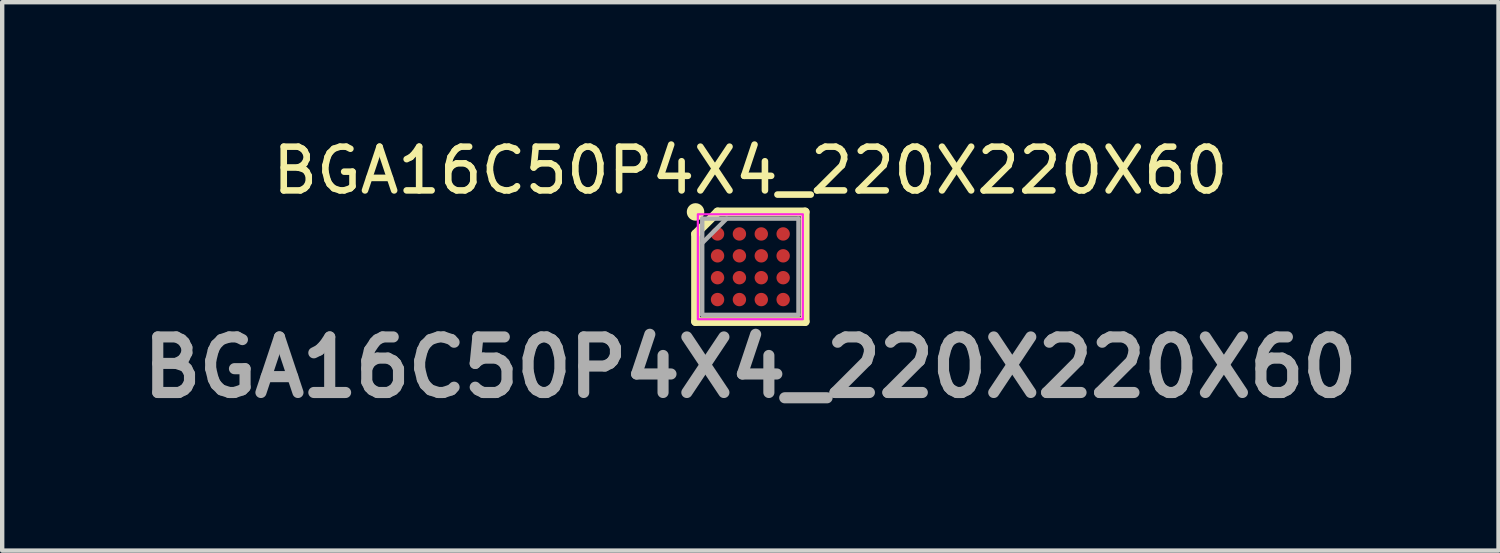
<source format=kicad_pcb>
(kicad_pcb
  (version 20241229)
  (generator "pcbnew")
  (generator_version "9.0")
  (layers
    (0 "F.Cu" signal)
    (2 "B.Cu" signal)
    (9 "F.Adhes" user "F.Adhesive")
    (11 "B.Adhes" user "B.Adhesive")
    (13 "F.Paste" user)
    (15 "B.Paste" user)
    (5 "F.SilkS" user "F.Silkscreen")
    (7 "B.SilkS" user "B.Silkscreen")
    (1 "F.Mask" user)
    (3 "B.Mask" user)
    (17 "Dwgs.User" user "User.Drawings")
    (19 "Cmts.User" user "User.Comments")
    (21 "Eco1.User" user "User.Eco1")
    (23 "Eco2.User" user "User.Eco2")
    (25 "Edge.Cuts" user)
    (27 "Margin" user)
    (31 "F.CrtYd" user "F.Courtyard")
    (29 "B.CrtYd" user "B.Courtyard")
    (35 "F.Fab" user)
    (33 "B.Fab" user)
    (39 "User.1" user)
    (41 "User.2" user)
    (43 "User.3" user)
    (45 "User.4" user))
  (footprint "BGA16C50P4X4_220X220X60"
    (layer "F.Cu")
    (at 14.103 3.048)
    (property "Reference" "BGA16C50P4X4_220X220X60" (at 0 -2.2 0) (layer "F.SilkS") (effects (font (size 1 1) (thickness 0.15))))
    (attr smd)
    (fp_line (start -1.253 -0.75) (end -0.75 -1.253) (stroke (width 0.2) (type solid)) (layer "F.SilkS"))
    (fp_line (start -1.253 1.253) (end -1.253 -0.75) (stroke (width 0.2) (type solid)) (layer "F.SilkS"))
    (fp_line (start -0.75 -1.253) (end 1.253 -1.253) (stroke (width 0.2) (type solid)) (layer "F.SilkS"))
    (fp_line (start 1.253 -1.253) (end 1.253 1.253) (stroke (width 0.2) (type solid)) (layer "F.SilkS"))
    (fp_line (start 1.253 1.253) (end -1.253 1.253) (stroke (width 0.2) (type solid)) (layer "F.SilkS"))
    (fp_circle (center -1.253 -1.253) (end -1.253 -1.153) (stroke (width 0.2) (type solid)) (fill no) (layer "F.SilkS"))
    (fp_rect (start -1.2 -1.2) (end 1.2 1.2) (stroke (width 0.05) (type default)) (fill no) (layer "F.CrtYd"))
    (fp_line (start -1.1 -1.1) (end 1.1 -1.1) (stroke (width 0.1) (type solid)) (layer "F.Fab"))
    (fp_line (start -1.1 -0.542) (end -0.542 -1.1) (stroke (width 0.1) (type solid)) (layer "F.Fab"))
    (fp_line (start -1.1 1.1) (end -1.1 -1.1) (stroke (width 0.1) (type solid)) (layer "F.Fab"))
    (fp_line (start 1.1 -1.1) (end 1.1 1.1) (stroke (width 0.1) (type solid)) (layer "F.Fab"))
    (fp_line (start 1.1 1.1) (end -1.1 1.1) (stroke (width 0.1) (type solid)) (layer "F.Fab"))
    (fp_text user "${REFERENCE}" (at 0 2.3 0) (layer "F.Fab") (effects (font (size 1.27 1.27) (thickness 0.254))))
    (pad "A1" smd circle (at -0.75 -0.75 90) (size 0.306 0.306) (layers "F.Cu" "F.Mask" "F.Paste"))
    (pad "A2" smd circle (at -0.25 -0.75 90) (size 0.306 0.306) (layers "F.Cu" "F.Mask" "F.Paste"))
    (pad "A3" smd circle (at 0.25 -0.75 90) (size 0.306 0.306) (layers "F.Cu" "F.Mask" "F.Paste"))
    (pad "A4" smd circle (at 0.75 -0.75 90) (size 0.306 0.306) (layers "F.Cu" "F.Mask" "F.Paste"))
    (pad "B1" smd circle (at -0.75 -0.25 90) (size 0.306 0.306) (layers "F.Cu" "F.Mask" "F.Paste"))
    (pad "B2" smd circle (at -0.25 -0.25 90) (size 0.306 0.306) (layers "F.Cu" "F.Mask" "F.Paste"))
    (pad "B3" smd circle (at 0.25 -0.25 90) (size 0.306 0.306) (layers "F.Cu" "F.Mask" "F.Paste"))
    (pad "B4" smd circle (at 0.75 -0.25 90) (size 0.306 0.306) (layers "F.Cu" "F.Mask" "F.Paste"))
    (pad "C1" smd circle (at -0.75 0.25 90) (size 0.306 0.306) (layers "F.Cu" "F.Mask" "F.Paste"))
    (pad "C2" smd circle (at -0.25 0.25 90) (size 0.306 0.306) (layers "F.Cu" "F.Mask" "F.Paste"))
    (pad "C3" smd circle (at 0.25 0.25 90) (size 0.306 0.306) (layers "F.Cu" "F.Mask" "F.Paste"))
    (pad "C4" smd circle (at 0.75 0.25 90) (size 0.306 0.306) (layers "F.Cu" "F.Mask" "F.Paste"))
    (pad "D1" smd circle (at -0.75 0.75 90) (size 0.306 0.306) (layers "F.Cu" "F.Mask" "F.Paste"))
    (pad "D2" smd circle (at -0.25 0.75 90) (size 0.306 0.306) (layers "F.Cu" "F.Mask" "F.Paste"))
    (pad "D3" smd circle (at 0.25 0.75 90) (size 0.306 0.306) (layers "F.Cu" "F.Mask" "F.Paste"))
    (pad "D4" smd circle (at 0.75 0.75 90) (size 0.306 0.306) (layers "F.Cu" "F.Mask" "F.Paste")))
  (gr_rect
    (start -3 -3)
    (end 31.206 9.537)
    (stroke (width 0.1) (type default))
    (fill no)
    (layer "Edge.Cuts")))
</source>
